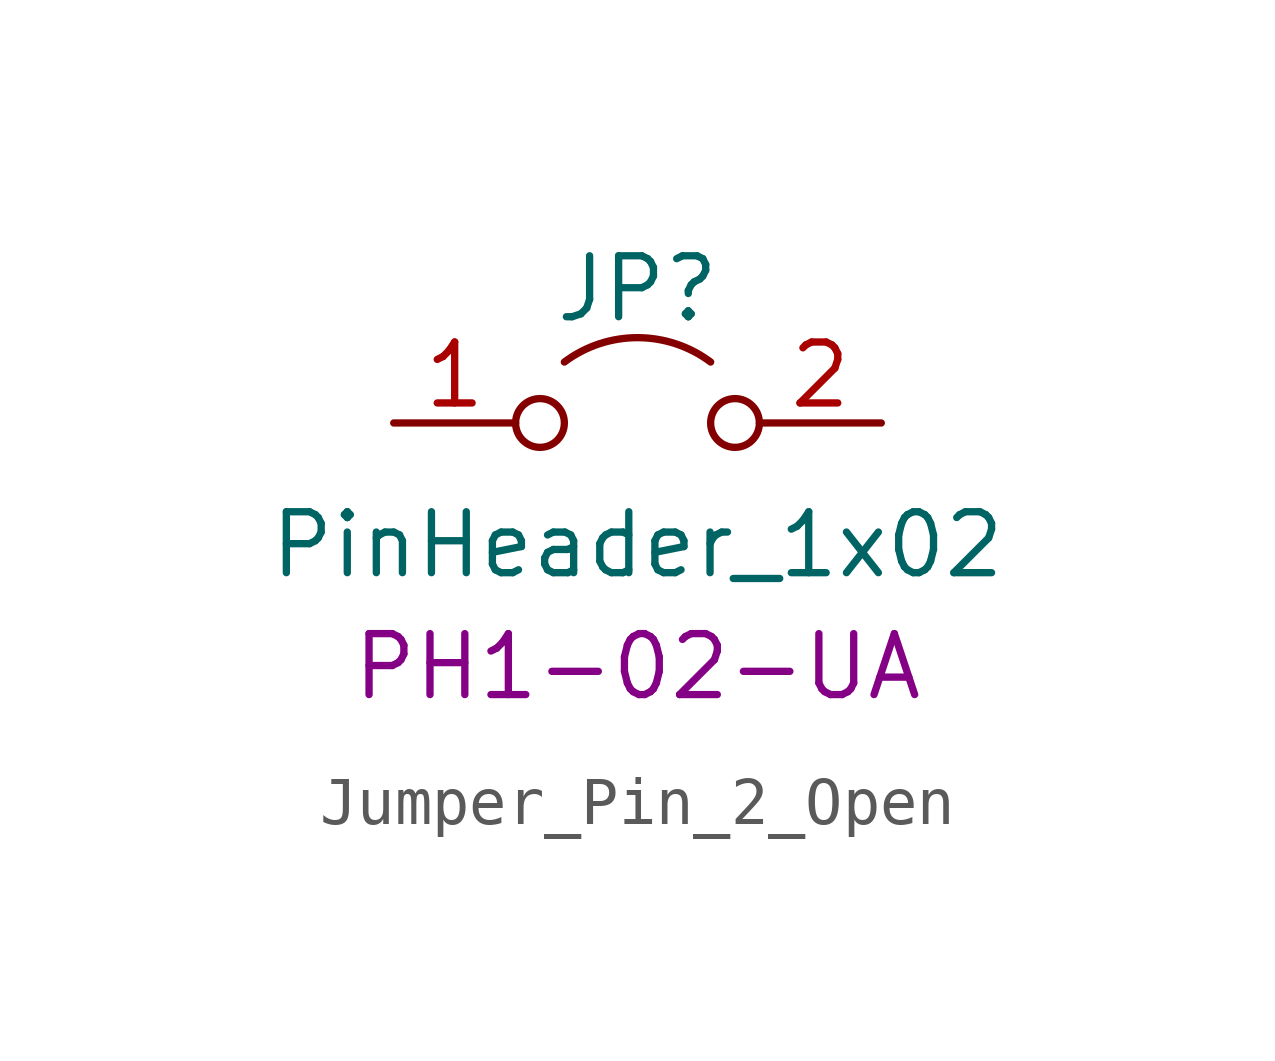
<source format=kicad_sym>
(kicad_symbol_lib
  (version 20220914)
  (generator kicad_symbol_editor)
  (symbol "Jumper_Pin_2_Open"
    (pin_names
      (offset 0) hide)
    (property "Reference" "JP"
      (at 0 2.794 0)
      (effects (font (size 1.27 1.27))))
    (property "Value" "PinHeader_1x02"
      (at 0 -2.54 0)
      (effects (font (size 1.27 1.27))))
    (property "LCSC" ""
      (at 0 0 0)
      (effects (font (size 1.27 1.27))))
    (property "Manufacturer PN" "PH1-02-UA"
      (at 0 -5.08 0)
      (effects (font (size 1.27 1.27))))
    (property "Silkscreen" ""
      (at 0 0 0)
      (effects (font (size 1.27 1.27))))
    (symbol "Jumper_Pin_2_Open_0_0"
      (circle (center -2.032 0) (radius 0.508) (stroke (width 0) (type default)) (fill (type none)))
      (circle (center 2.032 0) (radius 0.508) (stroke (width 0) (type default)) (fill (type none))))
    (symbol "Jumper_Pin_2_Open_0_1"
      (arc (start 1.524 1.27) (mid 0 1.778) (end -1.524 1.27) (stroke (width 0) (type default)) (fill (type none))))
    (symbol "Jumper_Pin_2_Open_1_1"
      (pin passive line (at -5.08 0 0) (length 2.54) (name "A" (effects (font (size 1.27 1.27)))) (number "1" (effects (font (size 1.27 1.27)))))
      (pin passive line (at 5.08 0 180) (length 2.54) (name "B" (effects (font (size 1.27 1.27)))) (number "2" (effects (font (size 1.27 1.27))))))))
</source>
